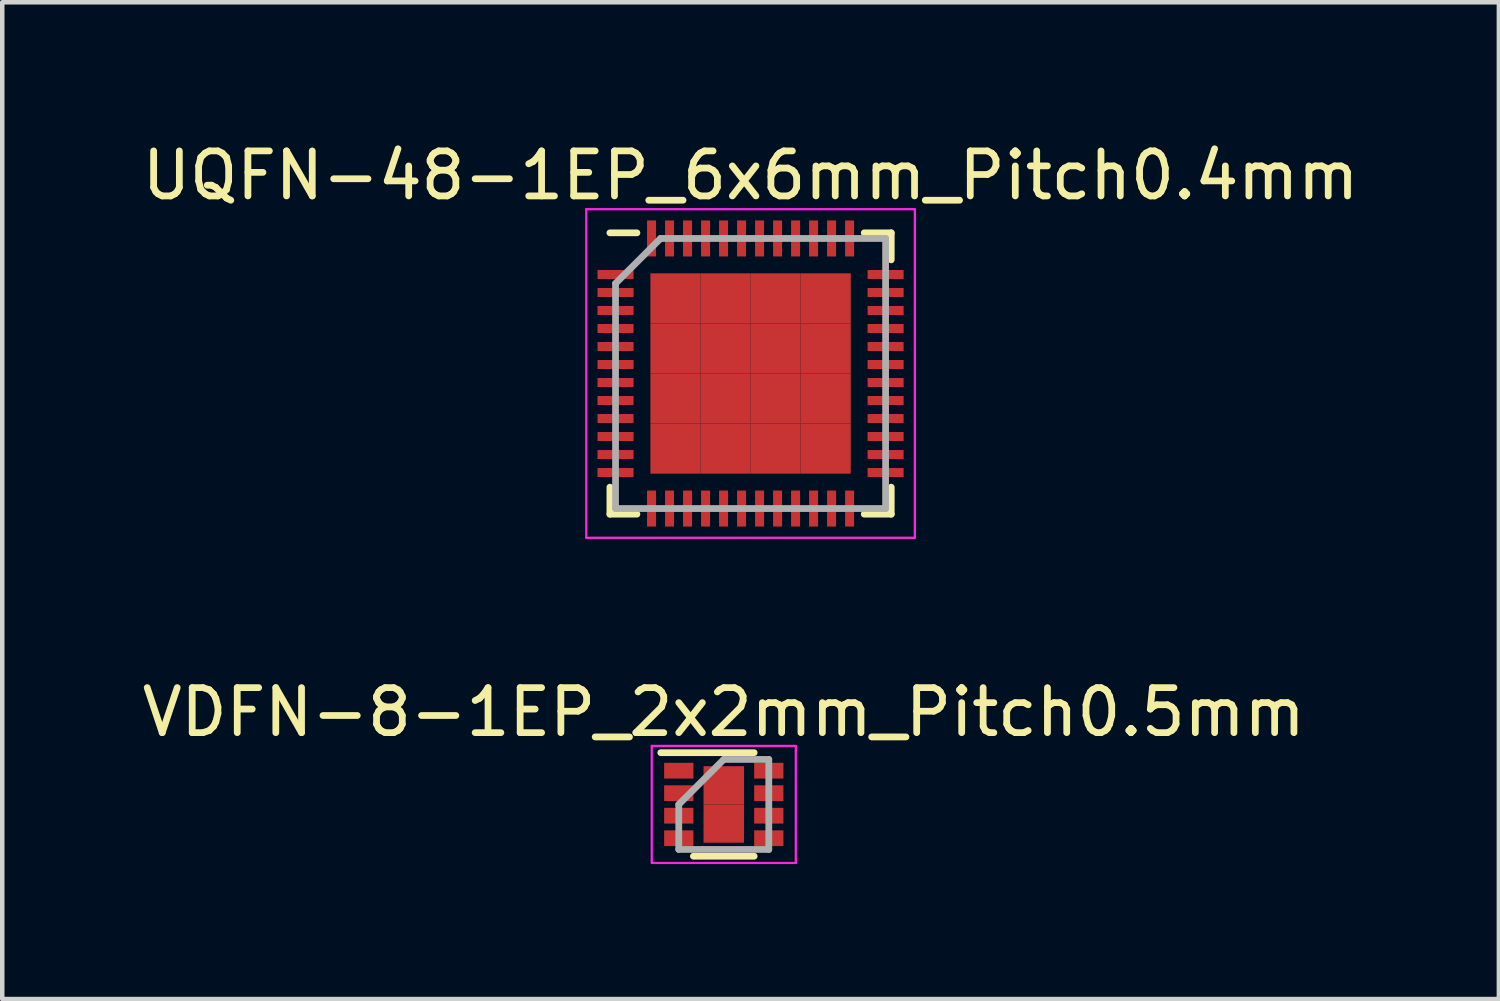
<source format=kicad_pcb>
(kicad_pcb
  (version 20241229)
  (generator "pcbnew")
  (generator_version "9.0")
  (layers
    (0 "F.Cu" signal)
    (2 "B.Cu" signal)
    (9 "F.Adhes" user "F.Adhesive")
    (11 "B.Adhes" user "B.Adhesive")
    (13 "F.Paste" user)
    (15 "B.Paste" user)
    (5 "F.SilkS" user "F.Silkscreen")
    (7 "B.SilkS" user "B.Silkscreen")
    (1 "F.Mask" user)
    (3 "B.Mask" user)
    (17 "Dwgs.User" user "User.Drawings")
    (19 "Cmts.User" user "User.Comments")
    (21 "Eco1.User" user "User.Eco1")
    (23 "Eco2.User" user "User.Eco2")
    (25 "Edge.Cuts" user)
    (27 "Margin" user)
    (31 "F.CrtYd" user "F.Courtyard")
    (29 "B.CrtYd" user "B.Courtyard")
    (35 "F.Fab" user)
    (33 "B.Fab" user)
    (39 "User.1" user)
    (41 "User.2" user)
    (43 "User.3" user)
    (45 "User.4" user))
  (footprint "VDFN-8-1EP_2x2mm_Pitch0.5mm"
    (layer "F.Cu")
    (at 13.03 14.822)
    (property "Reference" "VDFN-8-1EP_2x2mm_Pitch0.5mm" (at 0 -2.05 0) (layer "F.SilkS") (effects (font (size 1 1) (thickness 0.15))))
    (attr smd)
    (fp_line (start -1.4 -1.15) (end 0.675 -1.15) (stroke (width 0.15) (type solid)) (layer "F.SilkS"))
    (fp_line (start -0.675 1.15) (end 0.675 1.15) (stroke (width 0.15) (type solid)) (layer "F.SilkS"))
    (fp_line (start -1.6 -1.3) (end -1.6 1.3) (stroke (width 0.05) (type solid)) (layer "F.CrtYd"))
    (fp_line (start -1.6 -1.3) (end 1.6 -1.3) (stroke (width 0.05) (type solid)) (layer "F.CrtYd"))
    (fp_line (start -1.6 1.3) (end 1.6 1.3) (stroke (width 0.05) (type solid)) (layer "F.CrtYd"))
    (fp_line (start 1.6 -1.3) (end 1.6 1.3) (stroke (width 0.05) (type solid)) (layer "F.CrtYd"))
    (fp_line (start -1 0) (end 0 -1) (stroke (width 0.15) (type solid)) (layer "F.Fab"))
    (fp_line (start -1 1) (end -1 0) (stroke (width 0.15) (type solid)) (layer "F.Fab"))
    (fp_line (start 0 -1) (end 1 -1) (stroke (width 0.15) (type solid)) (layer "F.Fab"))
    (fp_line (start 1 -1) (end 1 1) (stroke (width 0.15) (type solid)) (layer "F.Fab"))
    (fp_line (start 1 1) (end -1 1) (stroke (width 0.15) (type solid)) (layer "F.Fab"))
    (pad "1" smd rect (at -1 -0.75) (size 0.65 0.35) (layers "F.Cu" "F.Mask" "F.Paste"))
    (pad "2" smd rect (at -1 -0.25) (size 0.65 0.35) (layers "F.Cu" "F.Mask" "F.Paste"))
    (pad "3" smd rect (at -1 0.25) (size 0.65 0.35) (layers "F.Cu" "F.Mask" "F.Paste"))
    (pad "4" smd rect (at -1 0.75) (size 0.65 0.35) (layers "F.Cu" "F.Mask" "F.Paste"))
    (pad "5" smd rect (at 1 0.75) (size 0.65 0.35) (layers "F.Cu" "F.Mask" "F.Paste"))
    (pad "6" smd rect (at 1 0.25) (size 0.65 0.35) (layers "F.Cu" "F.Mask" "F.Paste"))
    (pad "7" smd rect (at 1 -0.25) (size 0.65 0.35) (layers "F.Cu" "F.Mask" "F.Paste"))
    (pad "8" smd rect (at 1 -0.75) (size 0.65 0.35) (layers "F.Cu" "F.Mask" "F.Paste"))
    (pad "9" smd rect (at 0 -0.425) (size 0.9 0.85) (layers "F.Cu" "F.Mask" "F.Paste"))
    (pad "9" smd rect (at 0 0.425) (size 0.9 0.85) (layers "F.Cu" "F.Mask" "F.Paste")))
  (footprint "UQFN-48-1EP_6x6mm_Pitch0.4mm"
    (layer "F.Cu")
    (at 13.625 5.248)
    (property "Reference" "UQFN-48-1EP_6x6mm_Pitch0.4mm" (at 0 -4.4 0) (layer "F.SilkS") (effects (font (size 1 1) (thickness 0.15))))
    (attr smd)
    (fp_line (start -3.125 -3.125) (end -2.525 -3.125) (stroke (width 0.15) (type solid)) (layer "F.SilkS"))
    (fp_line (start -3.125 3.125) (end -3.125 2.525) (stroke (width 0.15) (type solid)) (layer "F.SilkS"))
    (fp_line (start -3.125 3.125) (end -2.525 3.125) (stroke (width 0.15) (type solid)) (layer "F.SilkS"))
    (fp_line (start 3.125 -3.125) (end 2.525 -3.125) (stroke (width 0.15) (type solid)) (layer "F.SilkS"))
    (fp_line (start 3.125 -3.125) (end 3.125 -2.525) (stroke (width 0.15) (type solid)) (layer "F.SilkS"))
    (fp_line (start 3.125 3.125) (end 2.525 3.125) (stroke (width 0.15) (type solid)) (layer "F.SilkS"))
    (fp_line (start 3.125 3.125) (end 3.125 2.525) (stroke (width 0.15) (type solid)) (layer "F.SilkS"))
    (fp_line (start -3.65 -3.65) (end -3.65 3.65) (stroke (width 0.05) (type solid)) (layer "F.CrtYd"))
    (fp_line (start -3.65 -3.65) (end 3.65 -3.65) (stroke (width 0.05) (type solid)) (layer "F.CrtYd"))
    (fp_line (start -3.65 3.65) (end 3.65 3.65) (stroke (width 0.05) (type solid)) (layer "F.CrtYd"))
    (fp_line (start 3.65 -3.65) (end 3.65 3.65) (stroke (width 0.05) (type solid)) (layer "F.CrtYd"))
    (fp_line (start -3 -2) (end -2 -3) (stroke (width 0.15) (type solid)) (layer "F.Fab"))
    (fp_line (start -3 3) (end -3 -2) (stroke (width 0.15) (type solid)) (layer "F.Fab"))
    (fp_line (start -2 -3) (end 3 -3) (stroke (width 0.15) (type solid)) (layer "F.Fab"))
    (fp_line (start 3 -3) (end 3 3) (stroke (width 0.15) (type solid)) (layer "F.Fab"))
    (fp_line (start 3 3) (end -3 3) (stroke (width 0.15) (type solid)) (layer "F.Fab"))
    (pad "1" smd rect (at -3 -2.2) (size 0.8 0.2) (layers "F.Cu" "F.Mask" "F.Paste"))
    (pad "2" smd rect (at -3 -1.8) (size 0.8 0.2) (layers "F.Cu" "F.Mask" "F.Paste"))
    (pad "3" smd rect (at -3 -1.4) (size 0.8 0.2) (layers "F.Cu" "F.Mask" "F.Paste"))
    (pad "4" smd rect (at -3 -1) (size 0.8 0.2) (layers "F.Cu" "F.Mask" "F.Paste"))
    (pad "5" smd rect (at -3 -0.6) (size 0.8 0.2) (layers "F.Cu" "F.Mask" "F.Paste"))
    (pad "6" smd rect (at -3 -0.2) (size 0.8 0.2) (layers "F.Cu" "F.Mask" "F.Paste"))
    (pad "7" smd rect (at -3 0.2) (size 0.8 0.2) (layers "F.Cu" "F.Mask" "F.Paste"))
    (pad "8" smd rect (at -3 0.6) (size 0.8 0.2) (layers "F.Cu" "F.Mask" "F.Paste"))
    (pad "9" smd rect (at -3 1) (size 0.8 0.2) (layers "F.Cu" "F.Mask" "F.Paste"))
    (pad "10" smd rect (at -3 1.4) (size 0.8 0.2) (layers "F.Cu" "F.Mask" "F.Paste"))
    (pad "11" smd rect (at -3 1.8) (size 0.8 0.2) (layers "F.Cu" "F.Mask" "F.Paste"))
    (pad "12" smd rect (at -3 2.2) (size 0.8 0.2) (layers "F.Cu" "F.Mask" "F.Paste"))
    (pad "13" smd rect (at -2.2 3 90) (size 0.8 0.2) (layers "F.Cu" "F.Mask" "F.Paste"))
    (pad "14" smd rect (at -1.8 3 90) (size 0.8 0.2) (layers "F.Cu" "F.Mask" "F.Paste"))
    (pad "15" smd rect (at -1.4 3 90) (size 0.8 0.2) (layers "F.Cu" "F.Mask" "F.Paste"))
    (pad "16" smd rect (at -1 3 90) (size 0.8 0.2) (layers "F.Cu" "F.Mask" "F.Paste"))
    (pad "17" smd rect (at -0.6 3 90) (size 0.8 0.2) (layers "F.Cu" "F.Mask" "F.Paste"))
    (pad "18" smd rect (at -0.2 3 90) (size 0.8 0.2) (layers "F.Cu" "F.Mask" "F.Paste"))
    (pad "19" smd rect (at 0.2 3 90) (size 0.8 0.2) (layers "F.Cu" "F.Mask" "F.Paste"))
    (pad "20" smd rect (at 0.6 3 90) (size 0.8 0.2) (layers "F.Cu" "F.Mask" "F.Paste"))
    (pad "21" smd rect (at 1 3 90) (size 0.8 0.2) (layers "F.Cu" "F.Mask" "F.Paste"))
    (pad "22" smd rect (at 1.4 3 90) (size 0.8 0.2) (layers "F.Cu" "F.Mask" "F.Paste"))
    (pad "23" smd rect (at 1.8 3 90) (size 0.8 0.2) (layers "F.Cu" "F.Mask" "F.Paste"))
    (pad "24" smd rect (at 2.2 3 90) (size 0.8 0.2) (layers "F.Cu" "F.Mask" "F.Paste"))
    (pad "25" smd rect (at 3 2.2) (size 0.8 0.2) (layers "F.Cu" "F.Mask" "F.Paste"))
    (pad "26" smd rect (at 3 1.8) (size 0.8 0.2) (layers "F.Cu" "F.Mask" "F.Paste"))
    (pad "27" smd rect (at 3 1.4) (size 0.8 0.2) (layers "F.Cu" "F.Mask" "F.Paste"))
    (pad "28" smd rect (at 3 1) (size 0.8 0.2) (layers "F.Cu" "F.Mask" "F.Paste"))
    (pad "29" smd rect (at 3 0.6) (size 0.8 0.2) (layers "F.Cu" "F.Mask" "F.Paste"))
    (pad "30" smd rect (at 3 0.2) (size 0.8 0.2) (layers "F.Cu" "F.Mask" "F.Paste"))
    (pad "31" smd rect (at 3 -0.2) (size 0.8 0.2) (layers "F.Cu" "F.Mask" "F.Paste"))
    (pad "32" smd rect (at 3 -0.6) (size 0.8 0.2) (layers "F.Cu" "F.Mask" "F.Paste"))
    (pad "33" smd rect (at 3 -1) (size 0.8 0.2) (layers "F.Cu" "F.Mask" "F.Paste"))
    (pad "34" smd rect (at 3 -1.4) (size 0.8 0.2) (layers "F.Cu" "F.Mask" "F.Paste"))
    (pad "35" smd rect (at 3 -1.8) (size 0.8 0.2) (layers "F.Cu" "F.Mask" "F.Paste"))
    (pad "36" smd rect (at 3 -2.2) (size 0.8 0.2) (layers "F.Cu" "F.Mask" "F.Paste"))
    (pad "37" smd rect (at 2.2 -3 90) (size 0.8 0.2) (layers "F.Cu" "F.Mask" "F.Paste"))
    (pad "38" smd rect (at 1.8 -3 90) (size 0.8 0.2) (layers "F.Cu" "F.Mask" "F.Paste"))
    (pad "39" smd rect (at 1.4 -3 90) (size 0.8 0.2) (layers "F.Cu" "F.Mask" "F.Paste"))
    (pad "40" smd rect (at 1 -3 90) (size 0.8 0.2) (layers "F.Cu" "F.Mask" "F.Paste"))
    (pad "41" smd rect (at 0.6 -3 90) (size 0.8 0.2) (layers "F.Cu" "F.Mask" "F.Paste"))
    (pad "42" smd rect (at 0.2 -3 90) (size 0.8 0.2) (layers "F.Cu" "F.Mask" "F.Paste"))
    (pad "43" smd rect (at -0.2 -3 90) (size 0.8 0.2) (layers "F.Cu" "F.Mask" "F.Paste"))
    (pad "44" smd rect (at -0.6 -3 90) (size 0.8 0.2) (layers "F.Cu" "F.Mask" "F.Paste"))
    (pad "45" smd rect (at -1 -3 90) (size 0.8 0.2) (layers "F.Cu" "F.Mask" "F.Paste"))
    (pad "46" smd rect (at -1.4 -3 90) (size 0.8 0.2) (layers "F.Cu" "F.Mask" "F.Paste"))
    (pad "47" smd rect (at -1.8 -3 90) (size 0.8 0.2) (layers "F.Cu" "F.Mask" "F.Paste"))
    (pad "48" smd rect (at -2.2 -3 90) (size 0.8 0.2) (layers "F.Cu" "F.Mask" "F.Paste"))
    (pad "49" smd rect (at -1.669 -1.669) (size 1.113 1.113) (layers "F.Cu" "F.Mask" "F.Paste"))
    (pad "49" smd rect (at -1.669 -0.556) (size 1.113 1.113) (layers "F.Cu" "F.Mask" "F.Paste"))
    (pad "49" smd rect (at -1.669 0.556) (size 1.113 1.113) (layers "F.Cu" "F.Mask" "F.Paste"))
    (pad "49" smd rect (at -1.669 1.669) (size 1.113 1.113) (layers "F.Cu" "F.Mask" "F.Paste"))
    (pad "49" smd rect (at -0.556 -1.669) (size 1.113 1.113) (layers "F.Cu" "F.Mask" "F.Paste"))
    (pad "49" smd rect (at -0.556 -0.556) (size 1.113 1.113) (layers "F.Cu" "F.Mask" "F.Paste"))
    (pad "49" smd rect (at -0.556 0.556) (size 1.113 1.113) (layers "F.Cu" "F.Mask" "F.Paste"))
    (pad "49" smd rect (at -0.556 1.669) (size 1.113 1.113) (layers "F.Cu" "F.Mask" "F.Paste"))
    (pad "49" smd rect (at 0.556 -1.669) (size 1.113 1.113) (layers "F.Cu" "F.Mask" "F.Paste"))
    (pad "49" smd rect (at 0.556 -0.556) (size 1.113 1.113) (layers "F.Cu" "F.Mask" "F.Paste"))
    (pad "49" smd rect (at 0.556 0.556) (size 1.113 1.113) (layers "F.Cu" "F.Mask" "F.Paste"))
    (pad "49" smd rect (at 0.556 1.669) (size 1.113 1.113) (layers "F.Cu" "F.Mask" "F.Paste"))
    (pad "49" smd rect (at 1.669 -1.669) (size 1.113 1.113) (layers "F.Cu" "F.Mask" "F.Paste"))
    (pad "49" smd rect (at 1.669 -0.556) (size 1.113 1.113) (layers "F.Cu" "F.Mask" "F.Paste"))
    (pad "49" smd rect (at 1.669 0.556) (size 1.113 1.113) (layers "F.Cu" "F.Mask" "F.Paste"))
    (pad "49" smd rect (at 1.669 1.669) (size 1.113 1.113) (layers "F.Cu" "F.Mask" "F.Paste")))
  (gr_rect
    (start -3 -3)
    (end 30.25 19.146)
    (stroke (width 0.1) (type default))
    (fill no)
    (layer "Edge.Cuts")))
</source>
